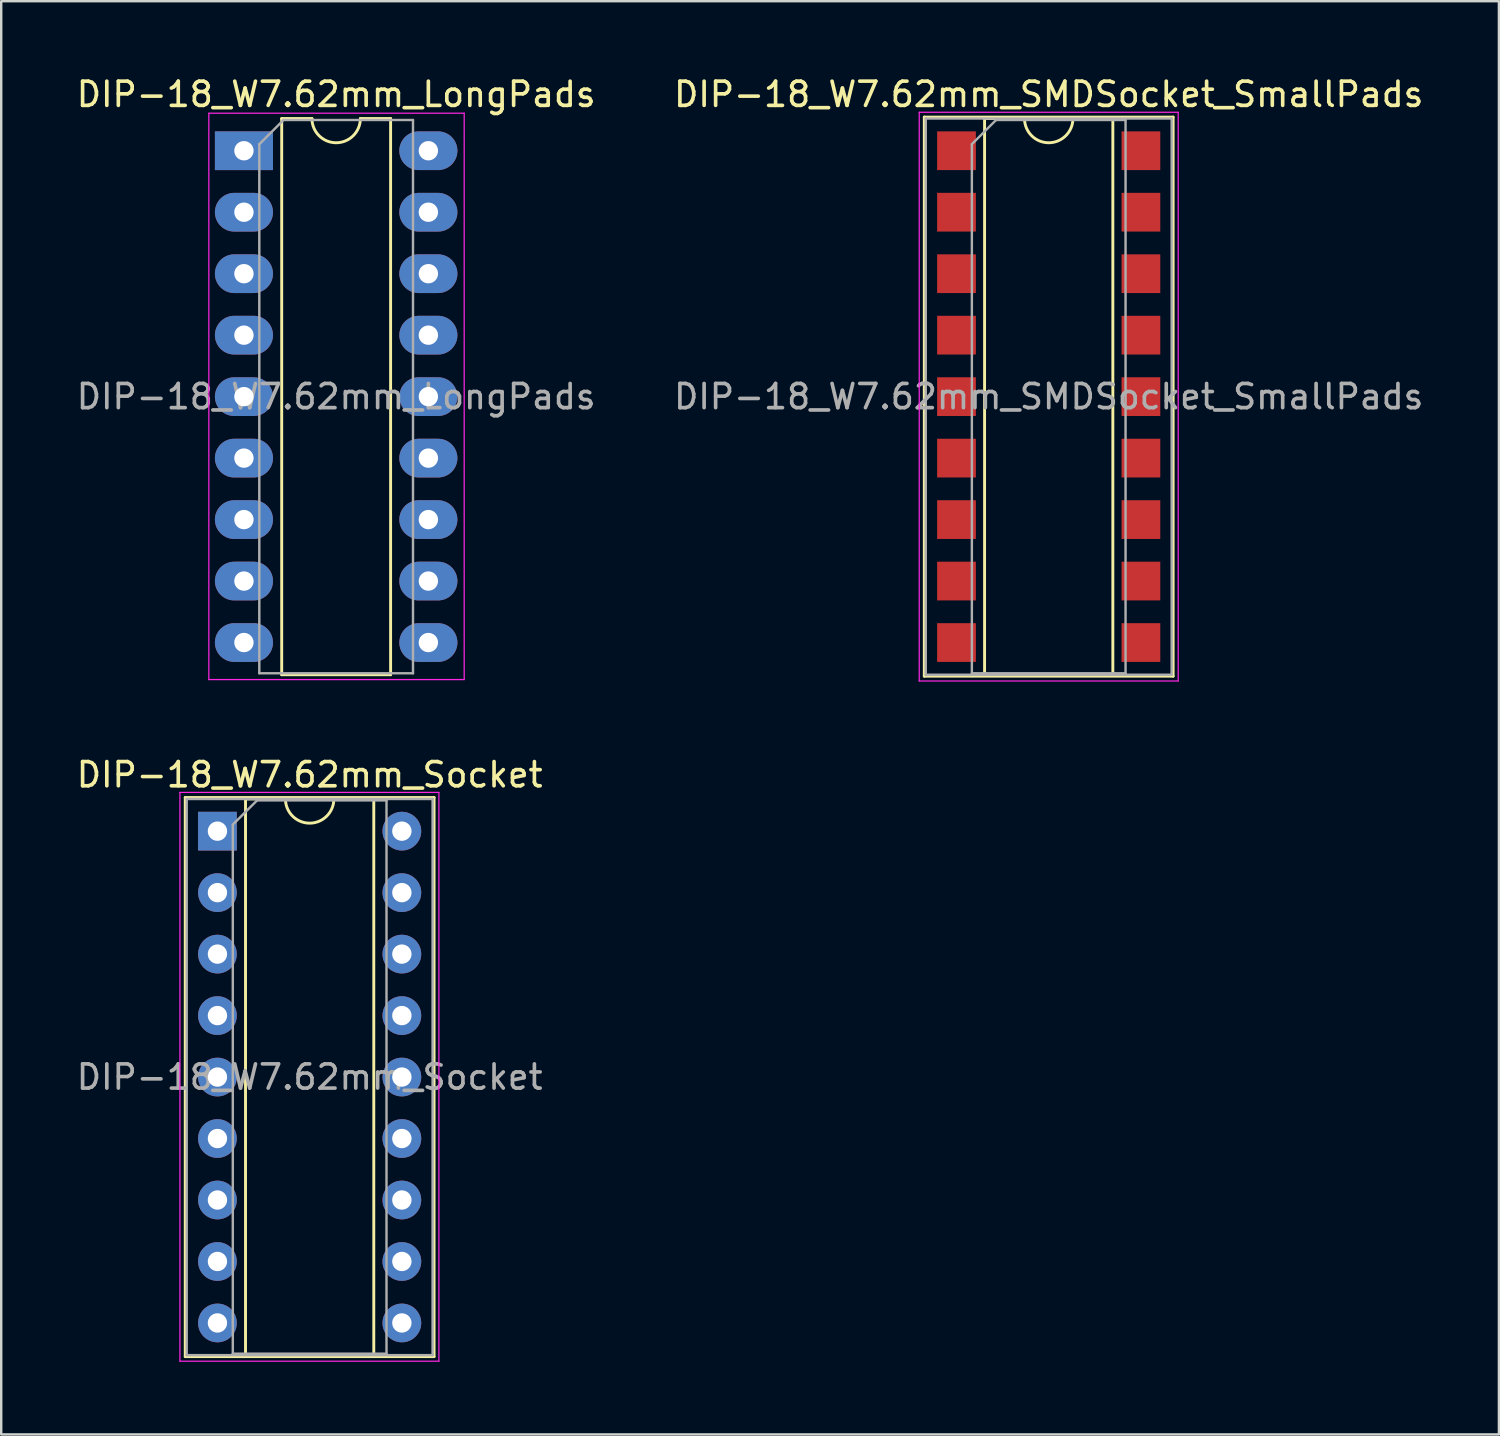
<source format=kicad_pcb>
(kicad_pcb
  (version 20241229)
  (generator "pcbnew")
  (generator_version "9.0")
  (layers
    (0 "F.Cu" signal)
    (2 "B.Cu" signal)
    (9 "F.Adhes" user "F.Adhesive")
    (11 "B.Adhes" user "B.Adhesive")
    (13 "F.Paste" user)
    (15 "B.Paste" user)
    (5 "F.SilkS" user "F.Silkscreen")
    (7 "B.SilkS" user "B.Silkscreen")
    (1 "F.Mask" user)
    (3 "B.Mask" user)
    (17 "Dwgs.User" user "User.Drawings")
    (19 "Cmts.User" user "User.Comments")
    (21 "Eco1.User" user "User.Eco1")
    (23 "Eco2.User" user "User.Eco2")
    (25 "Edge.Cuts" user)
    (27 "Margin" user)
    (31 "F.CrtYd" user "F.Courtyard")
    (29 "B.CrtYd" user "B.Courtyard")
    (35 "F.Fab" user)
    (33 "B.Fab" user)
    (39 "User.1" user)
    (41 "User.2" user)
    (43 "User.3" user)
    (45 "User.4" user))
  (footprint "DIP-18_W7.62mm_SMDSocket_SmallPads"
    (layer "F.Cu")
    (at 40.28 13.338)
    (property "Reference" "DIP-18_W7.62mm_SMDSocket_SmallPads" (at 0 -12.49 0) (layer "F.SilkS") (effects (font (size 1 1) (thickness 0.15))))
    (attr smd)
    (fp_line (start -5.14 -11.55) (end -5.14 11.55) (stroke (width 0.12) (type solid)) (layer "F.SilkS"))
    (fp_line (start -5.14 11.55) (end 5.14 11.55) (stroke (width 0.12) (type solid)) (layer "F.SilkS"))
    (fp_line (start -2.65 -11.49) (end -2.65 11.49) (stroke (width 0.12) (type solid)) (layer "F.SilkS"))
    (fp_line (start -2.65 11.49) (end 2.65 11.49) (stroke (width 0.12) (type solid)) (layer "F.SilkS"))
    (fp_line (start -1 -11.49) (end -2.65 -11.49) (stroke (width 0.12) (type solid)) (layer "F.SilkS"))
    (fp_line (start 2.65 -11.49) (end 1 -11.49) (stroke (width 0.12) (type solid)) (layer "F.SilkS"))
    (fp_line (start 2.65 11.49) (end 2.65 -11.49) (stroke (width 0.12) (type solid)) (layer "F.SilkS"))
    (fp_line (start 5.14 -11.55) (end -5.14 -11.55) (stroke (width 0.12) (type solid)) (layer "F.SilkS"))
    (fp_line (start 5.14 11.55) (end 5.14 -11.55) (stroke (width 0.12) (type solid)) (layer "F.SilkS"))
    (fp_arc (start 1 -11.49) (mid 0 -10.49) (end -1 -11.49) (stroke (width 0.12) (type solid)) (layer "F.SilkS"))
    (fp_line (start -5.35 -11.75) (end -5.35 11.75) (stroke (width 0.05) (type solid)) (layer "F.CrtYd"))
    (fp_line (start -5.35 11.75) (end 5.35 11.75) (stroke (width 0.05) (type solid)) (layer "F.CrtYd"))
    (fp_line (start 5.35 -11.75) (end -5.35 -11.75) (stroke (width 0.05) (type solid)) (layer "F.CrtYd"))
    (fp_line (start 5.35 11.75) (end 5.35 -11.75) (stroke (width 0.05) (type solid)) (layer "F.CrtYd"))
    (fp_line (start -5.08 -11.49) (end -5.08 11.49) (stroke (width 0.1) (type solid)) (layer "F.Fab"))
    (fp_line (start -5.08 11.49) (end 5.08 11.49) (stroke (width 0.1) (type solid)) (layer "F.Fab"))
    (fp_line (start -3.175 -10.43) (end -2.175 -11.43) (stroke (width 0.1) (type solid)) (layer "F.Fab"))
    (fp_line (start -3.175 11.43) (end -3.175 -10.43) (stroke (width 0.1) (type solid)) (layer "F.Fab"))
    (fp_line (start -2.175 -11.43) (end 3.175 -11.43) (stroke (width 0.1) (type solid)) (layer "F.Fab"))
    (fp_line (start 3.175 -11.43) (end 3.175 11.43) (stroke (width 0.1) (type solid)) (layer "F.Fab"))
    (fp_line (start 3.175 11.43) (end -3.175 11.43) (stroke (width 0.1) (type solid)) (layer "F.Fab"))
    (fp_line (start 5.08 -11.49) (end -5.08 -11.49) (stroke (width 0.1) (type solid)) (layer "F.Fab"))
    (fp_line (start 5.08 11.49) (end 5.08 -11.49) (stroke (width 0.1) (type solid)) (layer "F.Fab"))
    (fp_text user "${REFERENCE}" (at 0 0 0) (layer "F.Fab") (effects (font (size 1 1) (thickness 0.15))))
    (pad "1" smd rect (at -3.81 -10.16) (size 1.6 1.6) (layers "F.Cu" "F.Mask" "F.Paste"))
    (pad "2" smd rect (at -3.81 -7.62) (size 1.6 1.6) (layers "F.Cu" "F.Mask" "F.Paste"))
    (pad "3" smd rect (at -3.81 -5.08) (size 1.6 1.6) (layers "F.Cu" "F.Mask" "F.Paste"))
    (pad "4" smd rect (at -3.81 -2.54) (size 1.6 1.6) (layers "F.Cu" "F.Mask" "F.Paste"))
    (pad "5" smd rect (at -3.81 0) (size 1.6 1.6) (layers "F.Cu" "F.Mask" "F.Paste"))
    (pad "6" smd rect (at -3.81 2.54) (size 1.6 1.6) (layers "F.Cu" "F.Mask" "F.Paste"))
    (pad "7" smd rect (at -3.81 5.08) (size 1.6 1.6) (layers "F.Cu" "F.Mask" "F.Paste"))
    (pad "8" smd rect (at -3.81 7.62) (size 1.6 1.6) (layers "F.Cu" "F.Mask" "F.Paste"))
    (pad "9" smd rect (at -3.81 10.16) (size 1.6 1.6) (layers "F.Cu" "F.Mask" "F.Paste"))
    (pad "10" smd rect (at 3.81 10.16) (size 1.6 1.6) (layers "F.Cu" "F.Mask" "F.Paste"))
    (pad "11" smd rect (at 3.81 7.62) (size 1.6 1.6) (layers "F.Cu" "F.Mask" "F.Paste"))
    (pad "12" smd rect (at 3.81 5.08) (size 1.6 1.6) (layers "F.Cu" "F.Mask" "F.Paste"))
    (pad "13" smd rect (at 3.81 2.54) (size 1.6 1.6) (layers "F.Cu" "F.Mask" "F.Paste"))
    (pad "14" smd rect (at 3.81 0) (size 1.6 1.6) (layers "F.Cu" "F.Mask" "F.Paste"))
    (pad "15" smd rect (at 3.81 -2.54) (size 1.6 1.6) (layers "F.Cu" "F.Mask" "F.Paste"))
    (pad "16" smd rect (at 3.81 -5.08) (size 1.6 1.6) (layers "F.Cu" "F.Mask" "F.Paste"))
    (pad "17" smd rect (at 3.81 -7.62) (size 1.6 1.6) (layers "F.Cu" "F.Mask" "F.Paste"))
    (pad "18" smd rect (at 3.81 -10.16) (size 1.6 1.6) (layers "F.Cu" "F.Mask" "F.Paste")))
  (footprint "DIP-18_W7.62mm_Socket"
    (layer "F.Cu")
    (at 5.934 31.291)
    (property "Reference" "DIP-18_W7.62mm_Socket" (at 3.81 -2.33 0) (layer "F.SilkS") (effects (font (size 1 1) (thickness 0.15))))
    (attr through_hole)
    (fp_line (start -1.33 -1.39) (end -1.33 21.71) (stroke (width 0.12) (type solid)) (layer "F.SilkS"))
    (fp_line (start -1.33 21.71) (end 8.95 21.71) (stroke (width 0.12) (type solid)) (layer "F.SilkS"))
    (fp_line (start 1.16 -1.33) (end 1.16 21.65) (stroke (width 0.12) (type solid)) (layer "F.SilkS"))
    (fp_line (start 1.16 21.65) (end 6.46 21.65) (stroke (width 0.12) (type solid)) (layer "F.SilkS"))
    (fp_line (start 2.81 -1.33) (end 1.16 -1.33) (stroke (width 0.12) (type solid)) (layer "F.SilkS"))
    (fp_line (start 6.46 -1.33) (end 4.81 -1.33) (stroke (width 0.12) (type solid)) (layer "F.SilkS"))
    (fp_line (start 6.46 21.65) (end 6.46 -1.33) (stroke (width 0.12) (type solid)) (layer "F.SilkS"))
    (fp_line (start 8.95 -1.39) (end -1.33 -1.39) (stroke (width 0.12) (type solid)) (layer "F.SilkS"))
    (fp_line (start 8.95 21.71) (end 8.95 -1.39) (stroke (width 0.12) (type solid)) (layer "F.SilkS"))
    (fp_arc (start 4.81 -1.33) (mid 3.81 -0.33) (end 2.81 -1.33) (stroke (width 0.12) (type solid)) (layer "F.SilkS"))
    (fp_line (start -1.55 -1.6) (end -1.55 21.9) (stroke (width 0.05) (type solid)) (layer "F.CrtYd"))
    (fp_line (start -1.55 21.9) (end 9.15 21.9) (stroke (width 0.05) (type solid)) (layer "F.CrtYd"))
    (fp_line (start 9.15 -1.6) (end -1.55 -1.6) (stroke (width 0.05) (type solid)) (layer "F.CrtYd"))
    (fp_line (start 9.15 21.9) (end 9.15 -1.6) (stroke (width 0.05) (type solid)) (layer "F.CrtYd"))
    (fp_line (start -1.27 -1.33) (end -1.27 21.65) (stroke (width 0.1) (type solid)) (layer "F.Fab"))
    (fp_line (start -1.27 21.65) (end 8.89 21.65) (stroke (width 0.1) (type solid)) (layer "F.Fab"))
    (fp_line (start 0.635 -0.27) (end 1.635 -1.27) (stroke (width 0.1) (type solid)) (layer "F.Fab"))
    (fp_line (start 0.635 21.59) (end 0.635 -0.27) (stroke (width 0.1) (type solid)) (layer "F.Fab"))
    (fp_line (start 1.635 -1.27) (end 6.985 -1.27) (stroke (width 0.1) (type solid)) (layer "F.Fab"))
    (fp_line (start 6.985 -1.27) (end 6.985 21.59) (stroke (width 0.1) (type solid)) (layer "F.Fab"))
    (fp_line (start 6.985 21.59) (end 0.635 21.59) (stroke (width 0.1) (type solid)) (layer "F.Fab"))
    (fp_line (start 8.89 -1.33) (end -1.27 -1.33) (stroke (width 0.1) (type solid)) (layer "F.Fab"))
    (fp_line (start 8.89 21.65) (end 8.89 -1.33) (stroke (width 0.1) (type solid)) (layer "F.Fab"))
    (fp_text user "${REFERENCE}" (at 3.81 10.16 0) (layer "F.Fab") (effects (font (size 1 1) (thickness 0.15))))
    (pad "1" thru_hole rect (at 0 0) (size 1.6 1.6) (drill 0.8) (layers "*.Cu" "*.Mask"))
    (pad "2" thru_hole oval (at 0 2.54) (size 1.6 1.6) (drill 0.8) (layers "*.Cu" "*.Mask"))
    (pad "3" thru_hole oval (at 0 5.08) (size 1.6 1.6) (drill 0.8) (layers "*.Cu" "*.Mask"))
    (pad "4" thru_hole oval (at 0 7.62) (size 1.6 1.6) (drill 0.8) (layers "*.Cu" "*.Mask"))
    (pad "5" thru_hole oval (at 0 10.16) (size 1.6 1.6) (drill 0.8) (layers "*.Cu" "*.Mask"))
    (pad "6" thru_hole oval (at 0 12.7) (size 1.6 1.6) (drill 0.8) (layers "*.Cu" "*.Mask"))
    (pad "7" thru_hole oval (at 0 15.24) (size 1.6 1.6) (drill 0.8) (layers "*.Cu" "*.Mask"))
    (pad "8" thru_hole oval (at 0 17.78) (size 1.6 1.6) (drill 0.8) (layers "*.Cu" "*.Mask"))
    (pad "9" thru_hole oval (at 0 20.32) (size 1.6 1.6) (drill 0.8) (layers "*.Cu" "*.Mask"))
    (pad "10" thru_hole oval (at 7.62 20.32) (size 1.6 1.6) (drill 0.8) (layers "*.Cu" "*.Mask"))
    (pad "11" thru_hole oval (at 7.62 17.78) (size 1.6 1.6) (drill 0.8) (layers "*.Cu" "*.Mask"))
    (pad "12" thru_hole oval (at 7.62 15.24) (size 1.6 1.6) (drill 0.8) (layers "*.Cu" "*.Mask"))
    (pad "13" thru_hole oval (at 7.62 12.7) (size 1.6 1.6) (drill 0.8) (layers "*.Cu" "*.Mask"))
    (pad "14" thru_hole oval (at 7.62 10.16) (size 1.6 1.6) (drill 0.8) (layers "*.Cu" "*.Mask"))
    (pad "15" thru_hole oval (at 7.62 7.62) (size 1.6 1.6) (drill 0.8) (layers "*.Cu" "*.Mask"))
    (pad "16" thru_hole oval (at 7.62 5.08) (size 1.6 1.6) (drill 0.8) (layers "*.Cu" "*.Mask"))
    (pad "17" thru_hole oval (at 7.62 2.54) (size 1.6 1.6) (drill 0.8) (layers "*.Cu" "*.Mask"))
    (pad "18" thru_hole oval (at 7.62 0) (size 1.6 1.6) (drill 0.8) (layers "*.Cu" "*.Mask")))
  (footprint "DIP-18_W7.62mm_LongPads"
    (layer "F.Cu")
    (at 7.029 3.178)
    (property "Reference" "DIP-18_W7.62mm_LongPads" (at 3.81 -2.33 0) (layer "F.SilkS") (effects (font (size 1 1) (thickness 0.15))))
    (attr through_hole)
    (fp_line (start 1.56 -1.33) (end 1.56 21.65) (stroke (width 0.12) (type solid)) (layer "F.SilkS"))
    (fp_line (start 1.56 21.65) (end 6.06 21.65) (stroke (width 0.12) (type solid)) (layer "F.SilkS"))
    (fp_line (start 2.81 -1.33) (end 1.56 -1.33) (stroke (width 0.12) (type solid)) (layer "F.SilkS"))
    (fp_line (start 6.06 -1.33) (end 4.81 -1.33) (stroke (width 0.12) (type solid)) (layer "F.SilkS"))
    (fp_line (start 6.06 21.65) (end 6.06 -1.33) (stroke (width 0.12) (type solid)) (layer "F.SilkS"))
    (fp_arc (start 4.81 -1.33) (mid 3.81 -0.33) (end 2.81 -1.33) (stroke (width 0.12) (type solid)) (layer "F.SilkS"))
    (fp_line (start -1.45 -1.55) (end -1.45 21.85) (stroke (width 0.05) (type solid)) (layer "F.CrtYd"))
    (fp_line (start -1.45 21.85) (end 9.1 21.85) (stroke (width 0.05) (type solid)) (layer "F.CrtYd"))
    (fp_line (start 9.1 -1.55) (end -1.45 -1.55) (stroke (width 0.05) (type solid)) (layer "F.CrtYd"))
    (fp_line (start 9.1 21.85) (end 9.1 -1.55) (stroke (width 0.05) (type solid)) (layer "F.CrtYd"))
    (fp_line (start 0.635 -0.27) (end 1.635 -1.27) (stroke (width 0.1) (type solid)) (layer "F.Fab"))
    (fp_line (start 0.635 21.59) (end 0.635 -0.27) (stroke (width 0.1) (type solid)) (layer "F.Fab"))
    (fp_line (start 1.635 -1.27) (end 6.985 -1.27) (stroke (width 0.1) (type solid)) (layer "F.Fab"))
    (fp_line (start 6.985 -1.27) (end 6.985 21.59) (stroke (width 0.1) (type solid)) (layer "F.Fab"))
    (fp_line (start 6.985 21.59) (end 0.635 21.59) (stroke (width 0.1) (type solid)) (layer "F.Fab"))
    (fp_text user "${REFERENCE}" (at 3.81 10.16 0) (layer "F.Fab") (effects (font (size 1 1) (thickness 0.15))))
    (pad "1" thru_hole rect (at 0 0) (size 2.4 1.6) (drill 0.8) (layers "*.Cu" "*.Mask"))
    (pad "2" thru_hole oval (at 0 2.54) (size 2.4 1.6) (drill 0.8) (layers "*.Cu" "*.Mask"))
    (pad "3" thru_hole oval (at 0 5.08) (size 2.4 1.6) (drill 0.8) (layers "*.Cu" "*.Mask"))
    (pad "4" thru_hole oval (at 0 7.62) (size 2.4 1.6) (drill 0.8) (layers "*.Cu" "*.Mask"))
    (pad "5" thru_hole oval (at 0 10.16) (size 2.4 1.6) (drill 0.8) (layers "*.Cu" "*.Mask"))
    (pad "6" thru_hole oval (at 0 12.7) (size 2.4 1.6) (drill 0.8) (layers "*.Cu" "*.Mask"))
    (pad "7" thru_hole oval (at 0 15.24) (size 2.4 1.6) (drill 0.8) (layers "*.Cu" "*.Mask"))
    (pad "8" thru_hole oval (at 0 17.78) (size 2.4 1.6) (drill 0.8) (layers "*.Cu" "*.Mask"))
    (pad "9" thru_hole oval (at 0 20.32) (size 2.4 1.6) (drill 0.8) (layers "*.Cu" "*.Mask"))
    (pad "10" thru_hole oval (at 7.62 20.32) (size 2.4 1.6) (drill 0.8) (layers "*.Cu" "*.Mask"))
    (pad "11" thru_hole oval (at 7.62 17.78) (size 2.4 1.6) (drill 0.8) (layers "*.Cu" "*.Mask"))
    (pad "12" thru_hole oval (at 7.62 15.24) (size 2.4 1.6) (drill 0.8) (layers "*.Cu" "*.Mask"))
    (pad "13" thru_hole oval (at 7.62 12.7) (size 2.4 1.6) (drill 0.8) (layers "*.Cu" "*.Mask"))
    (pad "14" thru_hole oval (at 7.62 10.16) (size 2.4 1.6) (drill 0.8) (layers "*.Cu" "*.Mask"))
    (pad "15" thru_hole oval (at 7.62 7.62) (size 2.4 1.6) (drill 0.8) (layers "*.Cu" "*.Mask"))
    (pad "16" thru_hole oval (at 7.62 5.08) (size 2.4 1.6) (drill 0.8) (layers "*.Cu" "*.Mask"))
    (pad "17" thru_hole oval (at 7.62 2.54) (size 2.4 1.6) (drill 0.8) (layers "*.Cu" "*.Mask"))
    (pad "18" thru_hole oval (at 7.62 0) (size 2.4 1.6) (drill 0.8) (layers "*.Cu" "*.Mask")))
  (gr_rect
    (start -3 -3)
    (end 58.881 56.217)
    (stroke (width 0.1) (type default))
    (fill no)
    (layer "Edge.Cuts")))
</source>
